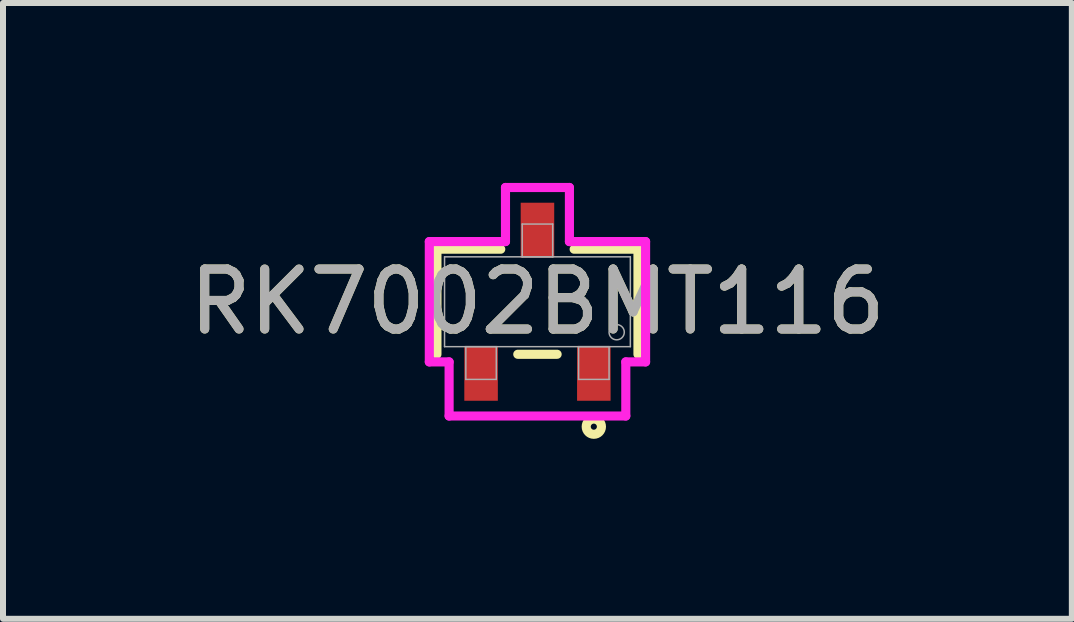
<source format=kicad_pcb>
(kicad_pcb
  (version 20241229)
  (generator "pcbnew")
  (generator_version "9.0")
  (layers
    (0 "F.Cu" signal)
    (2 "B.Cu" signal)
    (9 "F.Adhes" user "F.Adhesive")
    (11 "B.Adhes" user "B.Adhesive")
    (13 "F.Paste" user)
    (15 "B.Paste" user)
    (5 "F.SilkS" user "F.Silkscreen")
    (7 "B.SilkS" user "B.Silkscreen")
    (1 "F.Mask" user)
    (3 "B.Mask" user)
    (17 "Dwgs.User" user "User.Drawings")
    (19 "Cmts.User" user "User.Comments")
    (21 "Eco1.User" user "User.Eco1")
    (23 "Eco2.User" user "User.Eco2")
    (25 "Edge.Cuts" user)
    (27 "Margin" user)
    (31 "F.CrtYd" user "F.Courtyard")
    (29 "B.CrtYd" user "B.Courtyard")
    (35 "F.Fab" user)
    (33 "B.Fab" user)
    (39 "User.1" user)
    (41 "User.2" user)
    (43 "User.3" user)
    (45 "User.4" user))
  (footprint "RK7002BMT116"
    (layer "F.Cu")
    (at 5.911 1.981)
    (property "Reference" "RK7002BMT116" (at 0 0 0) (unlocked yes) (layer "F.SilkS") (effects (font (size 1 1) (thickness 0.15))))
    (attr smd)
    (fp_line (start -1.676 -0.876) (end -1.676 0.876) (stroke (width 0.152) (type solid)) (layer "F.SilkS"))
    (fp_line (start -0.612 -0.876) (end -1.676 -0.876) (stroke (width 0.152) (type solid)) (layer "F.SilkS"))
    (fp_line (start -0.328 0.876) (end 0.328 0.876) (stroke (width 0.152) (type solid)) (layer "F.SilkS"))
    (fp_line (start 1.676 -0.876) (end 0.612 -0.876) (stroke (width 0.152) (type solid)) (layer "F.SilkS"))
    (fp_line (start 1.676 0.876) (end 1.676 -0.876) (stroke (width 0.152) (type solid)) (layer "F.SilkS"))
    (fp_circle (center 0.94 2.083) (end 1.067 2.083) (stroke (width 0.152) (type solid)) (fill no) (layer "F.SilkS"))
    (fp_line (start -1.803 -1.003) (end -0.533 -1.003) (stroke (width 0.152) (type solid)) (layer "F.CrtYd"))
    (fp_line (start -1.803 1.003) (end -1.803 -1.003) (stroke (width 0.152) (type solid)) (layer "F.CrtYd"))
    (fp_line (start -1.803 1.003) (end -1.473 1.003) (stroke (width 0.152) (type solid)) (layer "F.CrtYd"))
    (fp_line (start -1.473 1.003) (end -1.473 1.905) (stroke (width 0.152) (type solid)) (layer "F.CrtYd"))
    (fp_line (start -1.473 1.905) (end 1.473 1.905) (stroke (width 0.152) (type solid)) (layer "F.CrtYd"))
    (fp_line (start -0.533 -1.905) (end 0.533 -1.905) (stroke (width 0.152) (type solid)) (layer "F.CrtYd"))
    (fp_line (start -0.533 -1.003) (end -0.533 -1.905) (stroke (width 0.152) (type solid)) (layer "F.CrtYd"))
    (fp_line (start 0.533 -1.003) (end 0.533 -1.905) (stroke (width 0.152) (type solid)) (layer "F.CrtYd"))
    (fp_line (start 1.473 1.003) (end 1.473 1.905) (stroke (width 0.152) (type solid)) (layer "F.CrtYd"))
    (fp_line (start 1.803 -1.003) (end 0.533 -1.003) (stroke (width 0.152) (type solid)) (layer "F.CrtYd"))
    (fp_line (start 1.803 -1.003) (end 1.803 1.003) (stroke (width 0.152) (type solid)) (layer "F.CrtYd"))
    (fp_line (start 1.803 1.003) (end 1.473 1.003) (stroke (width 0.152) (type solid)) (layer "F.CrtYd"))
    (fp_line (start -1.549 -0.749) (end -1.549 0.749) (stroke (width 0.025) (type solid)) (layer "F.Fab"))
    (fp_line (start -1.549 0.749) (end 1.549 0.749) (stroke (width 0.025) (type solid)) (layer "F.Fab"))
    (fp_line (start -1.194 0.749) (end -1.194 1.295) (stroke (width 0.025) (type solid)) (layer "F.Fab"))
    (fp_line (start -1.194 1.295) (end -0.686 1.295) (stroke (width 0.025) (type solid)) (layer "F.Fab"))
    (fp_line (start -0.686 0.749) (end -1.194 0.749) (stroke (width 0.025) (type solid)) (layer "F.Fab"))
    (fp_line (start -0.686 1.295) (end -0.686 0.749) (stroke (width 0.025) (type solid)) (layer "F.Fab"))
    (fp_line (start -0.254 -1.295) (end -0.254 -0.749) (stroke (width 0.025) (type solid)) (layer "F.Fab"))
    (fp_line (start -0.254 -0.749) (end 0.254 -0.749) (stroke (width 0.025) (type solid)) (layer "F.Fab"))
    (fp_line (start 0.254 -1.295) (end -0.254 -1.295) (stroke (width 0.025) (type solid)) (layer "F.Fab"))
    (fp_line (start 0.254 -0.749) (end 0.254 -1.295) (stroke (width 0.025) (type solid)) (layer "F.Fab"))
    (fp_line (start 0.686 0.749) (end 0.686 1.295) (stroke (width 0.025) (type solid)) (layer "F.Fab"))
    (fp_line (start 0.686 1.295) (end 1.194 1.295) (stroke (width 0.025) (type solid)) (layer "F.Fab"))
    (fp_line (start 1.194 0.749) (end 0.686 0.749) (stroke (width 0.025) (type solid)) (layer "F.Fab"))
    (fp_line (start 1.194 1.295) (end 1.194 0.749) (stroke (width 0.025) (type solid)) (layer "F.Fab"))
    (fp_line (start 1.549 -0.749) (end -1.549 -0.749) (stroke (width 0.025) (type solid)) (layer "F.Fab"))
    (fp_line (start 1.549 0.749) (end 1.549 -0.749) (stroke (width 0.025) (type solid)) (layer "F.Fab"))
    (fp_circle (center 1.321 0.508) (end 1.448 0.508) (stroke (width 0.025) (type solid)) (fill no) (layer "F.Fab"))
    (fp_text user "${REFERENCE}" (at 0 0 0) (unlocked yes) (layer "F.Fab") (effects (font (size 1 1) (thickness 0.15))))
    (pad "1" smd rect (at -0.94 1.194) (size 0.559 0.914) (layers "F.Cu" "F.Mask" "F.Paste"))
    (pad "2" smd rect (at 0.94 1.194) (size 0.559 0.914) (layers "F.Cu" "F.Mask" "F.Paste"))
    (pad "3" smd rect (at 0 -1.194) (size 0.559 0.914) (layers "F.Cu" "F.Mask" "F.Paste")))
  (gr_rect
    (start -3 -3)
    (end 14.821 7.267)
    (stroke (width 0.1) (type default))
    (fill no)
    (layer "Edge.Cuts")))
</source>
